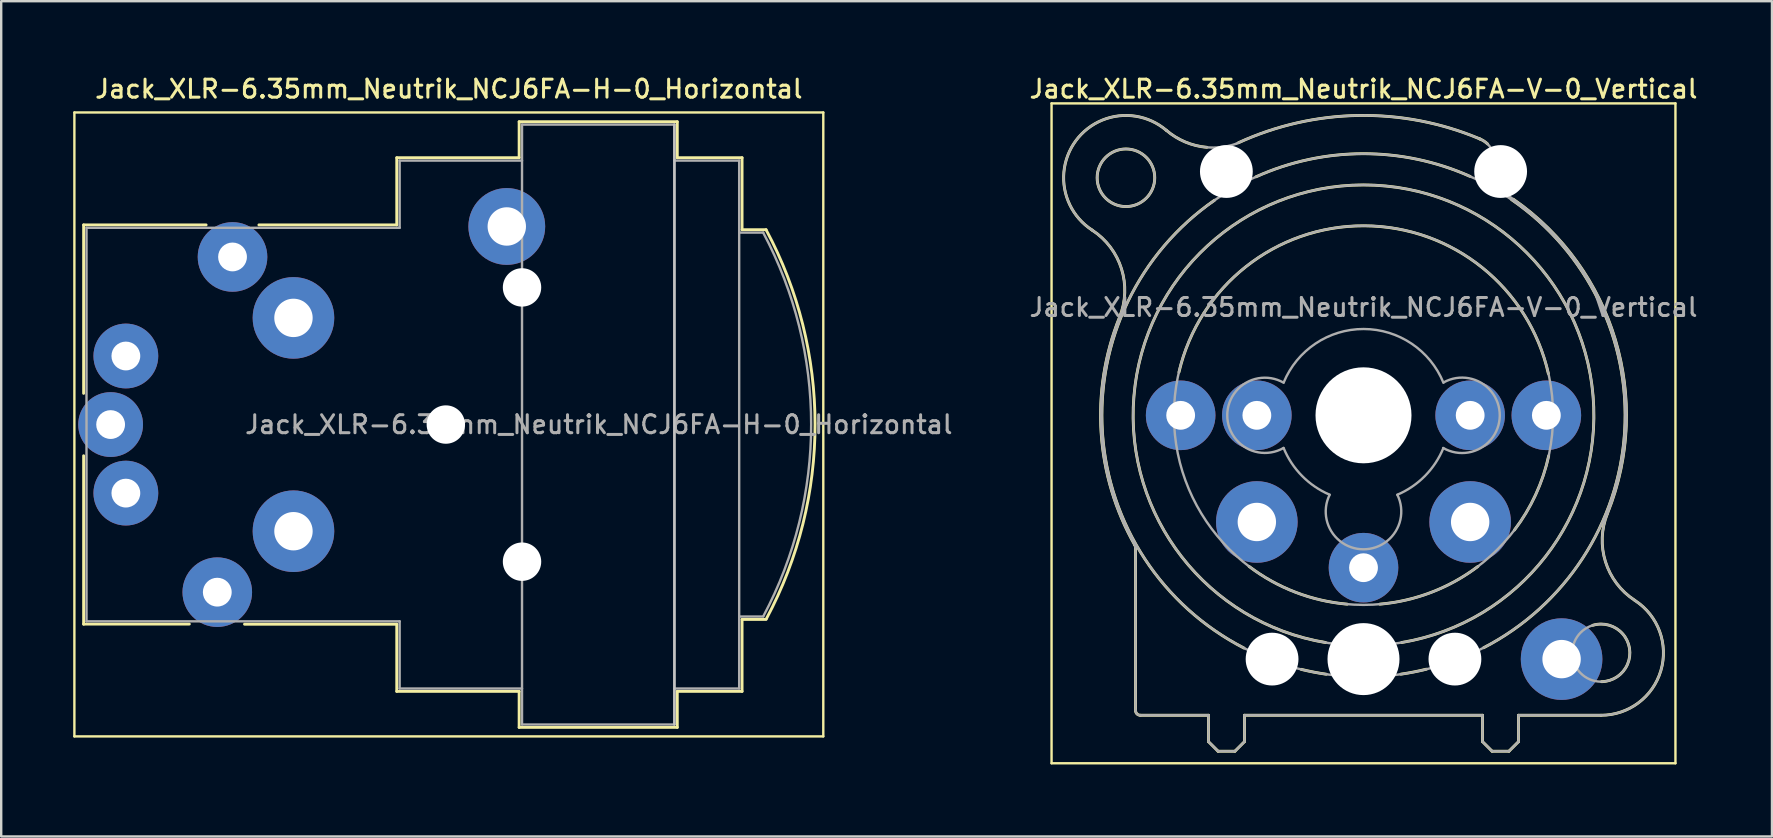
<source format=kicad_pcb>
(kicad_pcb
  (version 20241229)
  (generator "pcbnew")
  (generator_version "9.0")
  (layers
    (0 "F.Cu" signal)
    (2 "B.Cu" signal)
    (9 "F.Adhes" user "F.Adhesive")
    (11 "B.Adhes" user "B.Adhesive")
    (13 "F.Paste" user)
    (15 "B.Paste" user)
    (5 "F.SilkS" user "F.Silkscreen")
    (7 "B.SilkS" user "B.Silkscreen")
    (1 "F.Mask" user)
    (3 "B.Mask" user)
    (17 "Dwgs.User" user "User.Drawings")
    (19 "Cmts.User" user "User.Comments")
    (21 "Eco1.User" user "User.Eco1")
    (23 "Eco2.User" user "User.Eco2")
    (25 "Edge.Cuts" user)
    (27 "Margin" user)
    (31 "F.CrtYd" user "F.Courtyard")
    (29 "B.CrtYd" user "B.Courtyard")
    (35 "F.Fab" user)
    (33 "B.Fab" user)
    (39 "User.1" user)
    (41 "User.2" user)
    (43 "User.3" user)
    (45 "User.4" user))
  (footprint "Jack_XLR-6.35mm_Neutrik_NCJ6FA-V-0_Vertical"
    (layer "F.Cu")
    (at 61.393 14.258)
    (property "Reference" "Jack_XLR-6.35mm_Neutrik_NCJ6FA-V-0_Vertical" (at -7.62 -13.6 0) (layer "F.SilkS") (effects (font (size 0.75 0.75) (thickness 0.125))))
    (attr through_hole)
    (fp_line (start -20.62 -13) (end 5.38 -13) (stroke (width 0.1) (type solid)) (layer "F.SilkS"))
    (fp_line (start -20.62 14.5) (end -20.62 -13) (stroke (width 0.1) (type solid)) (layer "F.SilkS"))
    (fp_line (start -17.12 5.51) (end -17.12 12.3) (stroke (width 0.12) (type solid)) (layer "F.SilkS"))
    (fp_line (start -14.08 12.5) (end -16.92 12.5) (stroke (width 0.12) (type solid)) (layer "F.SilkS"))
    (fp_line (start -14.08 12.5) (end -14.08 13.6) (stroke (width 0.12) (type solid)) (layer "F.SilkS"))
    (fp_line (start -13.68 14) (end -14.08 13.6) (stroke (width 0.12) (type solid)) (layer "F.SilkS"))
    (fp_line (start -12.98 14) (end -13.68 14) (stroke (width 0.12) (type solid)) (layer "F.SilkS"))
    (fp_line (start -12.98 14) (end -12.58 13.6) (stroke (width 0.12) (type solid)) (layer "F.SilkS"))
    (fp_line (start -12.58 12.5) (end -12.58 13.6) (stroke (width 0.12) (type solid)) (layer "F.SilkS"))
    (fp_line (start -12.58 12.5) (end -2.66 12.5) (stroke (width 0.12) (type solid)) (layer "F.SilkS"))
    (fp_line (start -2.66 12.5) (end -2.66 13.6) (stroke (width 0.12) (type solid)) (layer "F.SilkS"))
    (fp_line (start -2.26 14) (end -2.66 13.6) (stroke (width 0.12) (type solid)) (layer "F.SilkS"))
    (fp_line (start -1.56 14) (end -2.26 14) (stroke (width 0.12) (type solid)) (layer "F.SilkS"))
    (fp_line (start -1.56 14) (end -1.16 13.6) (stroke (width 0.12) (type solid)) (layer "F.SilkS"))
    (fp_line (start -1.16 12.5) (end -1.16 13.6) (stroke (width 0.12) (type solid)) (layer "F.SilkS"))
    (fp_line (start 2.28 12.5) (end -1.16 12.5) (stroke (width 0.12) (type solid)) (layer "F.SilkS"))
    (fp_line (start 5.38 -13) (end 5.38 14.5) (stroke (width 0.1) (type solid)) (layer "F.SilkS"))
    (fp_line (start 5.38 14.5) (end -20.62 14.5) (stroke (width 0.1) (type solid)) (layer "F.SilkS"))
    (fp_arc (start -18.934795 -7.72258) (mid -19.602935 -11.450543) (end -15.84 -11.88) (stroke (width 0.12) (type solid)) (layer "F.SilkS"))
    (fp_arc (start -18.930969 -7.719195) (mid -17.705389 -6.104985) (end -17.79 -4.08) (stroke (width 0.12) (type solid)) (layer "F.SilkS"))
    (fp_arc (start -17.154956 5.397698) (mid -17.130185 5.451579) (end -17.12 5.51) (stroke (width 0.12) (type solid)) (layer "F.SilkS"))
    (fp_arc (start -17.144015 5.419265) (mid -18.552638 0.743459) (end -17.79 -4.08) (stroke (width 0.12) (type solid)) (layer "F.SilkS"))
    (fp_arc (start -16.92 12.5) (mid -17.061421 12.441421) (end -17.12 12.3) (stroke (width 0.12) (type solid)) (layer "F.SilkS"))
    (fp_arc (start -15.31 -1.8) (mid -7.589115 -7.897794) (end 0.083843 -1.739802) (stroke (width 0.12) (type solid)) (layer "F.SilkS"))
    (fp_arc (start -14.148924 -11.168665) (mid -15.050317 -11.391547) (end -15.84 -11.88) (stroke (width 0.12) (type solid)) (layer "F.SilkS"))
    (fp_arc (start -12.835768 -11.357498) (mid -7.808953 -12.496451) (end -2.75 -11.51) (stroke (width 0.12) (type solid)) (layer "F.SilkS"))
    (fp_arc (start -12.6 9.7) (mid -18.500043 0.717682) (end -13.830991 -8.961807) (stroke (width 0.12) (type solid)) (layer "F.SilkS"))
    (fp_arc (start -12.1 -9.94) (mid -7.641178 -10.902915) (end -3.178648 -9.957329) (stroke (width 0.12) (type solid)) (layer "F.SilkS"))
    (fp_arc (start -9.2 9.47) (mid -7.62467 -9.6009) (end -6.030789 9.468459) (stroke (width 0.12) (type solid)) (layer "F.SilkS"))
    (fp_arc (start -9.17 10.79) (mid -9.695239 10.701401) (end -10.215522 10.58725) (stroke (width 0.12) (type solid)) (layer "F.SilkS"))
    (fp_arc (start -8.3 7.87) (mid -10.455796 7.372758) (end -12.389148 6.297184) (stroke (width 0.12) (type solid)) (layer "F.SilkS"))
    (fp_arc (start -5 10.58) (mid -5.529293 10.697184) (end -6.063757 10.787906) (stroke (width 0.12) (type solid)) (layer "F.SilkS"))
    (fp_arc (start -2.850852 6.297184) (mid -4.784204 7.372758) (end -6.94 7.87) (stroke (width 0.12) (type solid)) (layer "F.SilkS"))
    (fp_arc (start -2.789231 -11.524852) (mid -2.608846 -11.434431) (end -2.45 -11.31) (stroke (width 0.12) (type solid)) (layer "F.SilkS"))
    (fp_arc (start -1.45 -8.99) (mid 3.262553 0.677525) (end -2.61272 9.685874) (stroke (width 0.12) (type solid)) (layer "F.SilkS"))
    (fp_arc (start -1.372521 -9.002461) (mid 2.876242 -3.147094) (end 2.55 4.08) (stroke (width 0.12) (type solid)) (layer "F.SilkS"))
    (fp_arc (start 0.097858 1.687355) (mid -0.447404 3.31155) (end -1.33 4.78) (stroke (width 0.12) (type solid)) (layer "F.SilkS"))
    (fp_arc (start 1.932014 8.75139) (mid 3.4657 9.714222) (end 2.3 11.1) (stroke (width 0.12) (type solid)) (layer "F.SilkS"))
    (fp_arc (start 3.687208 7.712208) (mid 2.463871 6.101094) (end 2.55 4.08) (stroke (width 0.12) (type solid)) (layer "F.SilkS"))
    (fp_arc (start 3.696061 7.719457) (mid 4.772931 10.63844) (end 2.28 12.5) (stroke (width 0.12) (type solid)) (layer "F.SilkS"))
    (fp_circle (center -17.52 -9.9) (end -16.32 -9.9) (stroke (width 0.12) (type solid)) (fill no) (layer "F.SilkS"))
    (fp_line (start -17.12 5.51) (end -17.12 12.3) (stroke (width 0.1) (type solid)) (layer "F.Fab"))
    (fp_line (start -14.08 12.5) (end -16.92 12.5) (stroke (width 0.1) (type solid)) (layer "F.Fab"))
    (fp_line (start -14.08 12.5) (end -14.08 13.6) (stroke (width 0.1) (type solid)) (layer "F.Fab"))
    (fp_line (start -13.68 14) (end -14.08 13.6) (stroke (width 0.1) (type solid)) (layer "F.Fab"))
    (fp_line (start -12.98 14) (end -13.68 14) (stroke (width 0.1) (type solid)) (layer "F.Fab"))
    (fp_line (start -12.98 14) (end -12.58 13.6) (stroke (width 0.1) (type solid)) (layer "F.Fab"))
    (fp_line (start -12.58 12.5) (end -12.58 13.6) (stroke (width 0.1) (type solid)) (layer "F.Fab"))
    (fp_line (start -12.58 12.5) (end -2.66 12.5) (stroke (width 0.1) (type solid)) (layer "F.Fab"))
    (fp_line (start -2.66 12.5) (end -2.66 13.6) (stroke (width 0.1) (type solid)) (layer "F.Fab"))
    (fp_line (start -2.37 -9.82) (end -2.21 -10.22) (stroke (width 0.1) (type solid)) (layer "F.Fab"))
    (fp_line (start -2.26 14) (end -2.66 13.6) (stroke (width 0.1) (type solid)) (layer "F.Fab"))
    (fp_line (start -1.56 14) (end -2.26 14) (stroke (width 0.1) (type solid)) (layer "F.Fab"))
    (fp_line (start -1.56 14) (end -1.16 13.6) (stroke (width 0.1) (type solid)) (layer "F.Fab"))
    (fp_line (start -1.16 12.5) (end -1.16 13.6) (stroke (width 0.1) (type solid)) (layer "F.Fab"))
    (fp_line (start 2.28 12.5) (end -1.16 12.5) (stroke (width 0.1) (type solid)) (layer "F.Fab"))
    (fp_arc (start -18.934795 -7.72258) (mid -19.602935 -11.450543) (end -15.84 -11.88) (stroke (width 0.1) (type solid)) (layer "F.Fab"))
    (fp_arc (start -18.930969 -7.719195) (mid -17.705389 -6.104985) (end -17.79 -4.08) (stroke (width 0.1) (type solid)) (layer "F.Fab"))
    (fp_arc (start -17.154956 5.397698) (mid -17.130185 5.451579) (end -17.12 5.51) (stroke (width 0.1) (type solid)) (layer "F.Fab"))
    (fp_arc (start -17.144015 5.419265) (mid -18.552638 0.743459) (end -17.79 -4.08) (stroke (width 0.1) (type solid)) (layer "F.Fab"))
    (fp_arc (start -16.92 12.5) (mid -17.061421 12.441421) (end -17.12 12.3) (stroke (width 0.1) (type solid)) (layer "F.Fab"))
    (fp_arc (start -12.914931 -11.320809) (mid -7.852572 -12.495716) (end -2.75 -11.51) (stroke (width 0.1) (type solid)) (layer "F.Fab"))
    (fp_arc (start -12.913921 -11.321101) (mid -14.451447 -11.210582) (end -15.84 -11.88) (stroke (width 0.1) (type solid)) (layer "F.Fab"))
    (fp_arc (start -10.954064 1.362323) (mid -13.297799 -0.002341) (end -10.95 -1.36) (stroke (width 0.1) (type solid)) (layer "F.Fab"))
    (fp_arc (start -10.945975 -1.369814) (mid -7.614696 -3.597009) (end -4.29 -1.36) (stroke (width 0.1) (type solid)) (layer "F.Fab"))
    (fp_arc (start -9.036119 3.306525) (mid -10.184888 2.521874) (end -10.95 1.36) (stroke (width 0.1) (type solid)) (layer "F.Fab"))
    (fp_arc (start -6.208725 3.312574) (mid -7.621436 5.584198) (end -9.03 3.31) (stroke (width 0.1) (type solid)) (layer "F.Fab"))
    (fp_arc (start -4.291917 1.36677) (mid -5.059455 2.527411) (end -6.21 3.31) (stroke (width 0.1) (type solid)) (layer "F.Fab"))
    (fp_arc (start -4.284946 -1.368604) (mid -1.941293 0.00867) (end -4.3 1.36) (stroke (width 0.1) (type solid)) (layer "F.Fab"))
    (fp_arc (start -2.752398 -11.51057) (mid -2.22343 -10.97362) (end -2.21 -10.22) (stroke (width 0.1) (type solid)) (layer "F.Fab"))
    (fp_arc (start -2.280824 -9.569143) (mid 2.709976 -3.656075) (end 2.55 4.08) (stroke (width 0.1) (type solid)) (layer "F.Fab"))
    (fp_arc (start -2.264515 -9.56035) (mid -2.366315 -9.670245) (end -2.37 -9.82) (stroke (width 0.1) (type solid)) (layer "F.Fab"))
    (fp_arc (start -2.20715 -10.954211) (mid -1.183963 -10.175931) (end -2.37 -9.68) (stroke (width 0.1) (type solid)) (layer "F.Fab"))
    (fp_arc (start 3.687208 7.712208) (mid 2.463871 6.101094) (end 2.55 4.08) (stroke (width 0.1) (type solid)) (layer "F.Fab"))
    (fp_arc (start 3.696061 7.719457) (mid 4.772931 10.63844) (end 2.28 12.5) (stroke (width 0.1) (type solid)) (layer "F.Fab"))
    (fp_circle (center -17.52 -9.9) (end -16.32 -9.9) (stroke (width 0.1) (type solid)) (fill no) (layer "F.Fab"))
    (fp_circle (center -7.62 0) (end 0.28 0) (stroke (width 0.1) (type solid)) (fill no) (layer "F.Fab"))
    (fp_circle (center -7.62 0) (end 1.98 0) (stroke (width 0.1) (type solid)) (fill no) (layer "F.Fab"))
    (fp_circle (center -7.62 0) (end 3.28 0) (stroke (width 0.1) (type solid)) (fill no) (layer "F.Fab"))
    (fp_circle (center 2.28 9.9) (end 3.48 9.9) (stroke (width 0.1) (type solid)) (fill no) (layer "F.Fab"))
    (fp_text user "${REFERENCE}" (at -7.62 -4.5 0) (layer "F.Fab") (effects (font (size 0.75 0.75) (thickness 0.125))))
    (pad "" np_thru_hole circle (at -13.335 -10.16) (size 2.2 2.2) (drill 2.2) (layers "*.Cu" "*.Mask"))
    (pad "" np_thru_hole circle (at -11.43 10.16) (size 2.2 2.2) (drill 2.2) (layers "*.Cu" "*.Mask"))
    (pad "" np_thru_hole circle (at -7.62 0) (size 4 4) (drill 4) (layers "*.Cu" "*.Mask"))
    (pad "" np_thru_hole circle (at -7.62 10.16) (size 3 3) (drill 3) (layers "*.Cu" "*.Mask"))
    (pad "" np_thru_hole circle (at -3.81 10.16) (size 2.2 2.2) (drill 2.2) (layers "*.Cu" "*.Mask"))
    (pad "" np_thru_hole circle (at -1.905 -10.16) (size 2.2 2.2) (drill 2.2) (layers "*.Cu" "*.Mask"))
    (pad "1" thru_hole circle (at 0 0) (size 2.9 2.9) (drill 1.2) (layers "*.Cu" "*.Mask"))
    (pad "2" thru_hole circle (at -15.24 0) (size 2.9 2.9) (drill 1.2) (layers "*.Cu" "*.Mask"))
    (pad "3" thru_hole circle (at -7.62 6.35) (size 2.9 2.9) (drill 1.2) (layers "*.Cu" "*.Mask"))
    (pad "G" thru_hole circle (at 0.635 10.16) (size 3.4 3.4) (drill 1.6) (layers "*.Cu" "*.Mask"))
    (pad "R" thru_hole circle (at -12.065 0) (size 2.9 2.9) (drill 1.2) (layers "*.Cu" "*.Mask"))
    (pad "S" thru_hole circle (at -3.175 0) (size 2.9 2.9) (drill 1.2) (layers "*.Cu" "*.Mask"))
    (pad "T" thru_hole circle (at -12.065 4.445) (size 3.4 3.4) (drill 1.6) (layers "*.Cu" "*.Mask"))
    (pad "T" thru_hole circle (at -3.175 4.445) (size 3.4 3.4) (drill 1.6) (layers "*.Cu" "*.Mask")))
  (footprint "Jack_XLR-6.35mm_Neutrik_NCJ6FA-H-0_Horizontal"
    (layer "F.Cu")
    (at 6.64 7.658)
    (property "Reference" "Jack_XLR-6.35mm_Neutrik_NCJ6FA-H-0_Horizontal" (at 9.015 -7 0) (layer "F.SilkS") (effects (font (size 0.75 0.75) (thickness 0.125))))
    (attr through_hole)
    (fp_line (start -6.59 -6.02) (end -6.59 19.98) (stroke (width 0.1) (type solid)) (layer "F.SilkS"))
    (fp_line (start -6.205 -1.335) (end -6.205 5.685) (stroke (width 0.12) (type solid)) (layer "F.SilkS"))
    (fp_line (start -6.205 8.285) (end -6.205 15.305) (stroke (width 0.12) (type solid)) (layer "F.SilkS"))
    (fp_line (start -1.8 15.3) (end -6.205 15.3) (stroke (width 0.12) (type solid)) (layer "F.SilkS"))
    (fp_line (start -1.1 -1.335) (end -6.205 -1.335) (stroke (width 0.12) (type solid)) (layer "F.SilkS"))
    (fp_line (start 6.845 -4.135) (end 6.845 -1.335) (stroke (width 0.12) (type solid)) (layer "F.SilkS"))
    (fp_line (start 6.845 -1.335) (end 1.1 -1.335) (stroke (width 0.12) (type solid)) (layer "F.SilkS"))
    (fp_line (start 6.845 15.305) (end 0.5 15.305) (stroke (width 0.12) (type solid)) (layer "F.SilkS"))
    (fp_line (start 6.845 18.105) (end 6.845 15.305) (stroke (width 0.12) (type solid)) (layer "F.SilkS"))
    (fp_line (start 11.945 -4.135) (end 6.845 -4.135) (stroke (width 0.12) (type solid)) (layer "F.SilkS"))
    (fp_line (start 11.945 -4.135) (end 11.945 -5.635) (stroke (width 0.12) (type solid)) (layer "F.SilkS"))
    (fp_line (start 11.945 18.105) (end 6.845 18.105) (stroke (width 0.12) (type solid)) (layer "F.SilkS"))
    (fp_line (start 11.945 19.605) (end 11.945 18.105) (stroke (width 0.12) (type solid)) (layer "F.SilkS"))
    (fp_line (start 18.535 -5.635) (end 11.945 -5.635) (stroke (width 0.12) (type solid)) (layer "F.SilkS"))
    (fp_line (start 18.535 -5.635) (end 18.535 -4.135) (stroke (width 0.12) (type solid)) (layer "F.SilkS"))
    (fp_line (start 18.535 -4.135) (end 21.235 -4.135) (stroke (width 0.12) (type solid)) (layer "F.SilkS"))
    (fp_line (start 18.535 18.105) (end 18.535 19.605) (stroke (width 0.12) (type solid)) (layer "F.SilkS"))
    (fp_line (start 18.535 18.105) (end 21.235 18.105) (stroke (width 0.12) (type solid)) (layer "F.SilkS"))
    (fp_line (start 18.535 19.605) (end 11.945 19.605) (stroke (width 0.12) (type solid)) (layer "F.SilkS"))
    (fp_line (start 21.235 -4.135) (end 21.235 -1.135) (stroke (width 0.12) (type solid)) (layer "F.SilkS"))
    (fp_line (start 21.235 -1.135) (end 22.235 -1.135) (stroke (width 0.12) (type solid)) (layer "F.SilkS"))
    (fp_line (start 21.235 15.105) (end 21.235 18.105) (stroke (width 0.12) (type solid)) (layer "F.SilkS"))
    (fp_line (start 21.235 15.105) (end 22.235 15.105) (stroke (width 0.12) (type solid)) (layer "F.SilkS"))
    (fp_line (start 24.62 -6.02) (end -6.59 -6.02) (stroke (width 0.1) (type solid)) (layer "F.SilkS"))
    (fp_line (start 24.62 -6.02) (end 24.62 19.98) (stroke (width 0.1) (type solid)) (layer "F.SilkS"))
    (fp_line (start 24.62 19.98) (end -6.59 19.98) (stroke (width 0.1) (type solid)) (layer "F.SilkS"))
    (fp_arc (start 22.235 -1.135) (mid 24.27742 6.973784) (end 22.245601 15.08523) (stroke (width 0.12) (type solid)) (layer "F.SilkS"))
    (fp_line (start 18.415 -5.515) (end 18.415 19.485) (stroke (width 0.1) (type solid)) (layer "Dwgs.User"))
    (fp_line (start -6.085 -1.215) (end -6.085 15.185) (stroke (width 0.1) (type solid)) (layer "F.Fab"))
    (fp_line (start -6.085 15.185) (end 6.965 15.185) (stroke (width 0.1) (type solid)) (layer "F.Fab"))
    (fp_line (start 6.965 -4.015) (end 6.965 -1.215) (stroke (width 0.1) (type solid)) (layer "F.Fab"))
    (fp_line (start 6.965 -1.215) (end -6.085 -1.215) (stroke (width 0.1) (type solid)) (layer "F.Fab"))
    (fp_line (start 6.965 15.185) (end 6.965 17.985) (stroke (width 0.1) (type solid)) (layer "F.Fab"))
    (fp_line (start 6.965 17.985) (end 12.065 17.985) (stroke (width 0.1) (type solid)) (layer "F.Fab"))
    (fp_line (start 12.065 -5.515) (end 18.415 -5.515) (stroke (width 0.1) (type solid)) (layer "F.Fab"))
    (fp_line (start 12.065 -4.015) (end 6.965 -4.015) (stroke (width 0.1) (type solid)) (layer "F.Fab"))
    (fp_line (start 12.065 19.485) (end 12.065 -5.515) (stroke (width 0.1) (type solid)) (layer "F.Fab"))
    (fp_line (start 18.415 -5.515) (end 18.415 19.485) (stroke (width 0.1) (type solid)) (layer "F.Fab"))
    (fp_line (start 18.415 -4.015) (end 21.115 -4.015) (stroke (width 0.1) (type solid)) (layer "F.Fab"))
    (fp_line (start 18.415 19.485) (end 12.065 19.485) (stroke (width 0.1) (type solid)) (layer "F.Fab"))
    (fp_line (start 21.115 -4.015) (end 21.115 17.985) (stroke (width 0.1) (type solid)) (layer "F.Fab"))
    (fp_line (start 21.115 -1.015) (end 22.115 -1.015) (stroke (width 0.1) (type solid)) (layer "F.Fab"))
    (fp_line (start 21.115 14.985) (end 22.115 14.985) (stroke (width 0.1) (type solid)) (layer "F.Fab"))
    (fp_line (start 21.115 17.985) (end 18.415 17.985) (stroke (width 0.1) (type solid)) (layer "F.Fab"))
    (fp_arc (start 22.115 -1.015) (mid 24.114999 6.978328) (end 22.121275 14.973223) (stroke (width 0.1) (type solid)) (layer "F.Fab"))
    (fp_text user "${REFERENCE}" (at 15.265 6.985 0) (layer "F.Fab") (effects (font (size 0.75 0.75) (thickness 0.125))))
    (pad "" np_thru_hole circle (at 8.89 6.985) (size 1.6 1.6) (drill 1.6) (layers "*.Cu" "*.Mask"))
    (pad "" np_thru_hole circle (at 12.065 1.27) (size 1.6 1.6) (drill 1.6) (layers "*.Cu" "*.Mask"))
    (pad "" np_thru_hole circle (at 12.065 12.7) (size 1.6 1.6) (drill 1.6) (layers "*.Cu" "*.Mask"))
    (pad "1" thru_hole circle (at 0 0) (size 2.9 2.9) (drill 1.2) (layers "*.Cu" "*.Mask"))
    (pad "2" thru_hole circle (at -0.635 13.97) (size 2.9 2.9) (drill 1.2) (layers "*.Cu" "*.Mask"))
    (pad "3" thru_hole circle (at -5.08 6.985) (size 2.7 2.7) (drill 1.2) (layers "*.Cu" "*.Mask"))
    (pad "G" thru_hole circle (at 11.43 -1.27) (size 3.2 3.2) (drill 1.6) (layers "*.Cu" "*.Mask"))
    (pad "R" thru_hole circle (at -4.445 9.842) (size 2.7 2.7) (drill 1.2) (layers "*.Cu" "*.Mask"))
    (pad "S" thru_hole circle (at -4.445 4.128) (size 2.7 2.7) (drill 1.2) (layers "*.Cu" "*.Mask"))
    (pad "T" thru_hole circle (at 2.54 2.54) (size 3.4 3.4) (drill 1.6) (layers "*.Cu" "*.Mask"))
    (pad "T" thru_hole circle (at 2.54 11.43) (size 3.4 3.4) (drill 1.6) (layers "*.Cu" "*.Mask")))
  (gr_rect
    (start -3 -3)
    (end 70.796 31.808)
    (stroke (width 0.1) (type default))
    (fill no)
    (layer "Edge.Cuts")))
</source>
